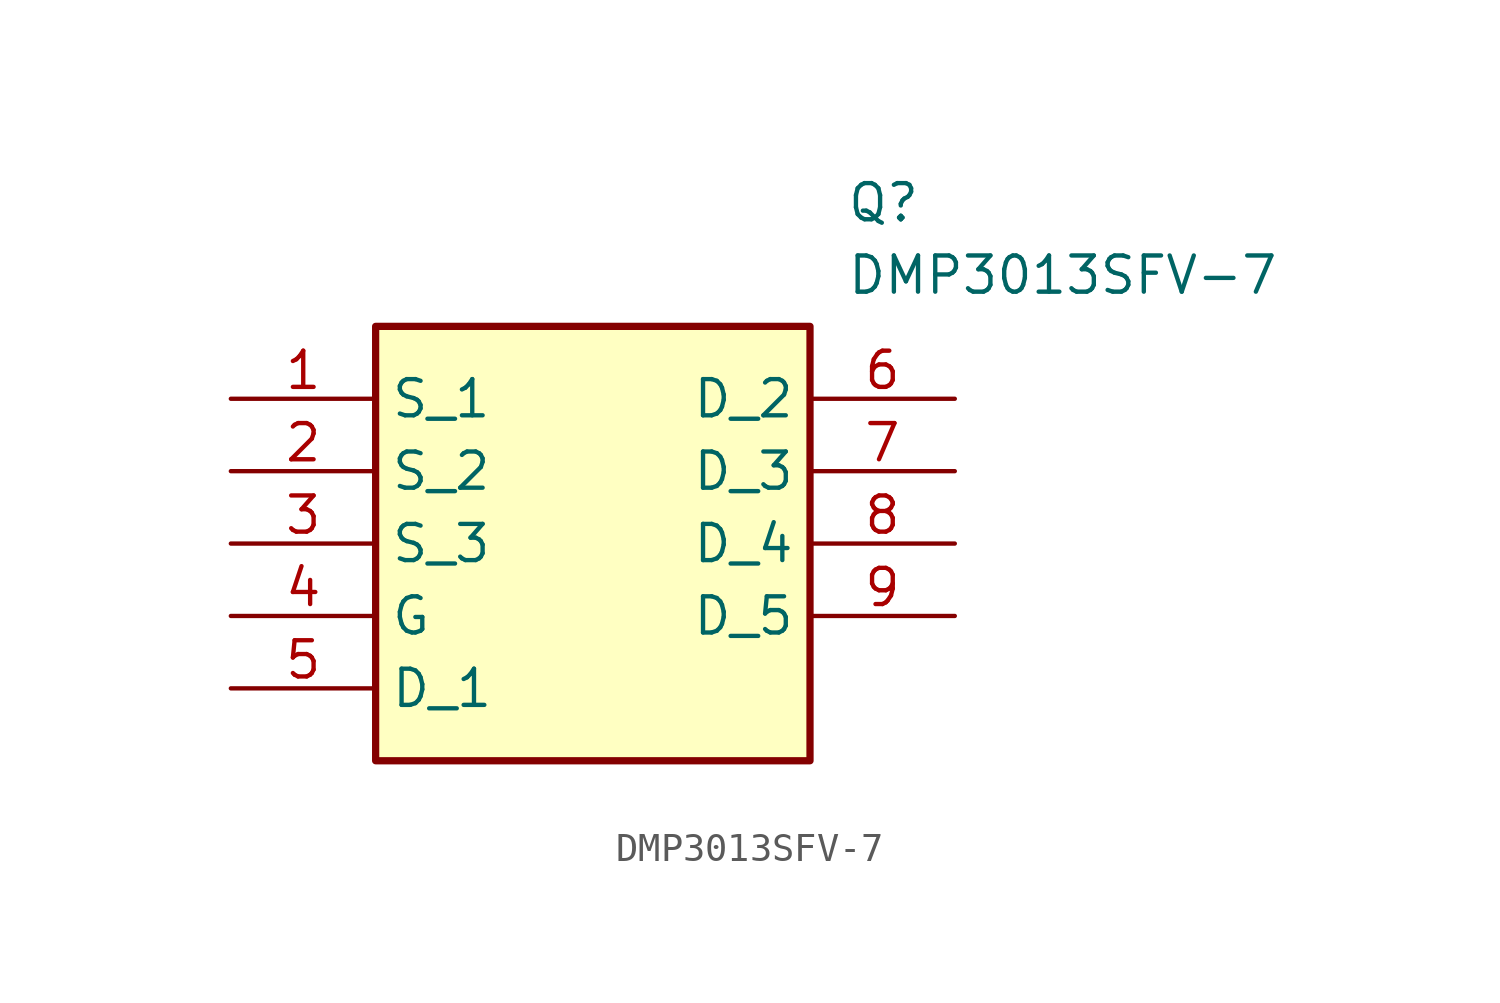
<source format=kicad_sym>
(kicad_symbol_lib
  (version 20211014)
  (generator SamacSys_ECAD_Model)
  (symbol "DMP3013SFV-7"
    (property "Reference" "Q"
      (at 21.59 7.62 0)
      (effects (font (size 1.27 1.27)) (justify left top)))
    (property "Value" "DMP3013SFV-7"
      (at 21.59 5.08 0)
      (effects (font (size 1.27 1.27)) (justify left top)))
    (rectangle
      (start 5.08 2.54)
      (end 20.32 -12.7)
      (stroke (width 0.254) (type default))
      (fill (type background)))
    (pin passive line
      (at 0 0 0)
      (length 5.08)
      (name "S_1" (effects (font (size 1.27 1.27))))
      (number "1" (effects (font (size 1.27 1.27)))))
    (pin passive line
      (at 0 -2.54 0)
      (length 5.08)
      (name "S_2" (effects (font (size 1.27 1.27))))
      (number "2" (effects (font (size 1.27 1.27)))))
    (pin passive line
      (at 0 -5.08 0)
      (length 5.08)
      (name "S_3" (effects (font (size 1.27 1.27))))
      (number "3" (effects (font (size 1.27 1.27)))))
    (pin passive line
      (at 0 -7.62 0)
      (length 5.08)
      (name "G" (effects (font (size 1.27 1.27))))
      (number "4" (effects (font (size 1.27 1.27)))))
    (pin passive line
      (at 0 -10.16 0)
      (length 5.08)
      (name "D_1" (effects (font (size 1.27 1.27))))
      (number "5" (effects (font (size 1.27 1.27)))))
    (pin passive line
      (at 25.4 0 180)
      (length 5.08)
      (name "D_2" (effects (font (size 1.27 1.27))))
      (number "6" (effects (font (size 1.27 1.27)))))
    (pin passive line
      (at 25.4 -2.54 180)
      (length 5.08)
      (name "D_3" (effects (font (size 1.27 1.27))))
      (number "7" (effects (font (size 1.27 1.27)))))
    (pin passive line
      (at 25.4 -5.08 180)
      (length 5.08)
      (name "D_4" (effects (font (size 1.27 1.27))))
      (number "8" (effects (font (size 1.27 1.27)))))
    (pin passive line
      (at 25.4 -7.62 180)
      (length 5.08)
      (name "D_5" (effects (font (size 1.27 1.27))))
      (number "9" (effects (font (size 1.27 1.27)))))))
</source>
